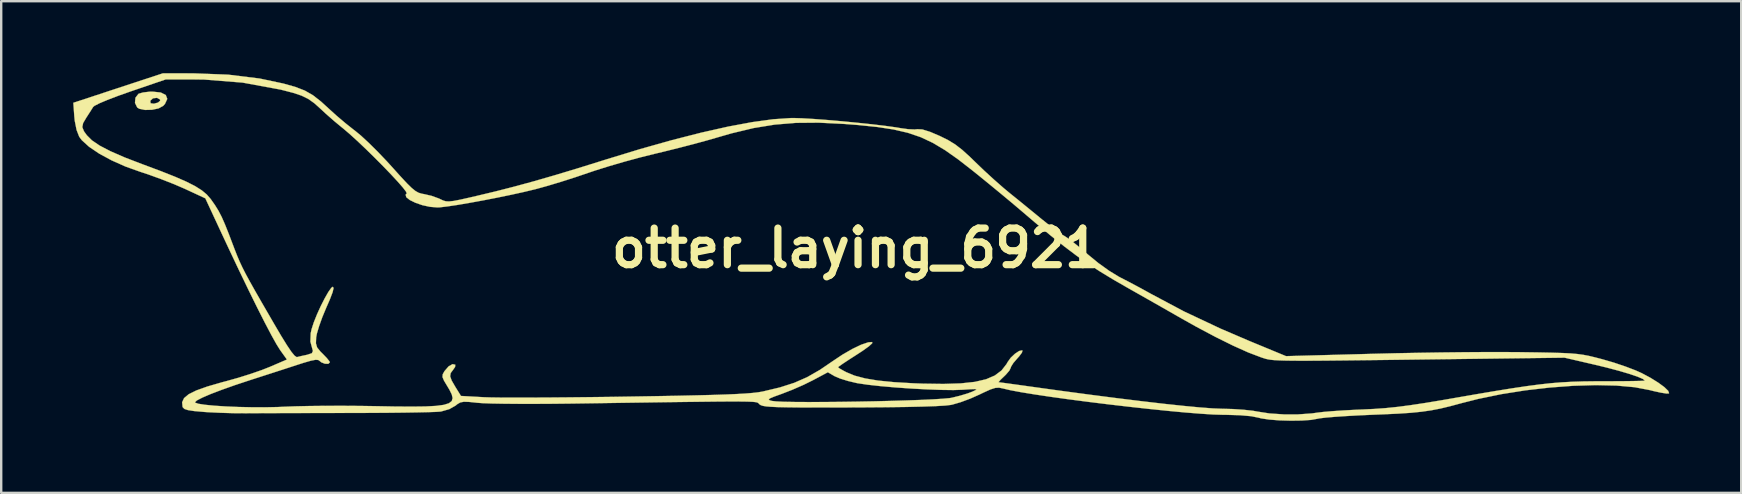
<source format=kicad_pcb>
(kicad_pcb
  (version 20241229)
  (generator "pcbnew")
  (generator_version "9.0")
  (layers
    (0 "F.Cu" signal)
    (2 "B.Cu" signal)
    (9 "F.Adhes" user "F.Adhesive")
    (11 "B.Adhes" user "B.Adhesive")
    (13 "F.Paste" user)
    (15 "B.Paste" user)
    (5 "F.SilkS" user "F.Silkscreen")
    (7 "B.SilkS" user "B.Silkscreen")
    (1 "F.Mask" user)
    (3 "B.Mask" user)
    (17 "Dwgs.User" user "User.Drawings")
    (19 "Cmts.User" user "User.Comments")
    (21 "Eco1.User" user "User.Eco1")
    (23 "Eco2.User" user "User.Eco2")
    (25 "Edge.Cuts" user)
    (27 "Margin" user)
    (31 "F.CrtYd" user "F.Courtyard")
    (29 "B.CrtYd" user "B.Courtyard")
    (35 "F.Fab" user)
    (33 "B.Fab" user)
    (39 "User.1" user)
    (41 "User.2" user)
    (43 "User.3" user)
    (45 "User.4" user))
  (footprint "otter_laying_6921"
    (layer "F.Cu")
    (at 32.621 7.286)
    (property "Reference" "otter_laying_6921" (at 0 0 0) (layer "F.SilkS") (effects (font (size 1.524 1.524) (thickness 0.3))))
    (attr through_hole)
    (fp_poly (pts (xy -28.972 -6.482) (xy -28.764 -6.377) (xy -28.703 -6.216) (xy -28.797 -6.011) (xy -28.871 -5.927) (xy -29.063 -5.821) (xy -29.338 -5.763) (xy -29.629 -5.756) (xy -29.869 -5.805) (xy -29.955 -5.859) (xy -30.048 -6.05) (xy -30.04 -6.138) (xy -29.41 -6.138) (xy -29.396 -6.034) (xy -29.258 -6.016) (xy -29.09 -6.063) (xy -28.999 -6.142) (xy -29.004 -6.19) (xy -29.13 -6.261) (xy -29.297 -6.241) (xy -29.409 -6.14) (xy -29.41 -6.138) (xy -30.04 -6.138) (xy -30.029 -6.265) (xy -29.906 -6.424) (xy -29.893 -6.432) (xy -29.712 -6.484) (xy -29.444 -6.516) (xy -29.317 -6.519) (xy -28.972 -6.482)) (stroke (width 0.01) (type solid)) (fill yes) (layer "F.SilkS"))
    (fp_poly (pts (xy -27.589 -7.28) (xy -26.165 -7.226) (xy -24.855 -7.065) (xy -23.865 -6.855) (xy -23.363 -6.713) (xy -22.972 -6.562) (xy -22.636 -6.37) (xy -22.298 -6.106) (xy -21.995 -5.829) (xy -21.655 -5.521) (xy -21.274 -5.198) (xy -20.926 -4.922) (xy -20.877 -4.886) (xy -20.628 -4.68) (xy -20.302 -4.378) (xy -19.934 -4.013) (xy -19.557 -3.618) (xy -19.352 -3.393) (xy -18.994 -2.996) (xy -18.726 -2.707) (xy -18.524 -2.509) (xy -18.368 -2.382) (xy -18.235 -2.307) (xy -18.102 -2.267) (xy -18.007 -2.25) (xy -17.691 -2.177) (xy -17.387 -2.067) (xy -17.335 -2.042) (xy -17.214 -1.985) (xy -17.101 -1.951) (xy -16.965 -1.944) (xy -16.774 -1.965) (xy -16.497 -2.019) (xy -16.105 -2.107) (xy -15.821 -2.173) (xy -15.025 -2.363) (xy -14.24 -2.564) (xy -13.433 -2.784) (xy -12.57 -3.033) (xy -11.618 -3.32) (xy -10.543 -3.655) (xy -10.435 -3.689) (xy -9.016 -4.122) (xy -7.685 -4.497) (xy -6.455 -4.811) (xy -5.334 -5.063) (xy -4.334 -5.249) (xy -3.464 -5.368) (xy -2.735 -5.417) (xy -2.612 -5.419) (xy -2.259 -5.408) (xy -1.777 -5.38) (xy -1.204 -5.337) (xy -0.58 -5.283) (xy 0.056 -5.221) (xy 0.665 -5.157) (xy 1.21 -5.092) (xy 1.65 -5.031) (xy 1.863 -4.995) (xy 2.166 -4.954) (xy 2.433 -4.943) (xy 2.546 -4.954) (xy 2.752 -4.944) (xy 3.074 -4.844) (xy 3.477 -4.672) (xy 3.826 -4.499) (xy 4.123 -4.317) (xy 4.413 -4.093) (xy 4.742 -3.794) (xy 4.953 -3.589) (xy 5.328 -3.229) (xy 5.743 -2.849) (xy 6.141 -2.5) (xy 6.392 -2.291) (xy 6.783 -1.976) (xy 7.224 -1.616) (xy 7.638 -1.277) (xy 7.747 -1.188) (xy 8.059 -0.938) (xy 8.351 -0.718) (xy 8.579 -0.559) (xy 8.671 -0.505) (xy 8.833 -0.399) (xy 9.084 -0.208) (xy 9.387 0.039) (xy 9.65 0.266) (xy 10.081 0.62) (xy 10.53 0.942) (xy 10.938 1.191) (xy 11.012 1.23) (xy 11.408 1.434) (xy 11.857 1.674) (xy 12.267 1.9) (xy 12.294 1.915) (xy 13.65 2.636) (xy 15.168 3.351) (xy 16.371 3.867) (xy 17.902 4.5) (xy 21.587 4.401) (xy 22.482 4.379) (xy 23.426 4.361) (xy 24.385 4.346) (xy 25.321 4.336) (xy 26.198 4.33) (xy 26.982 4.33) (xy 27.636 4.334) (xy 27.686 4.335) (xy 28.39 4.345) (xy 28.952 4.356) (xy 29.396 4.369) (xy 29.749 4.386) (xy 30.037 4.411) (xy 30.286 4.445) (xy 30.522 4.49) (xy 30.771 4.55) (xy 31.06 4.625) (xy 31.1 4.636) (xy 31.566 4.772) (xy 32.043 4.933) (xy 32.467 5.095) (xy 32.716 5.206) (xy 33.085 5.403) (xy 33.409 5.605) (xy 33.664 5.792) (xy 33.822 5.945) (xy 33.859 6.044) (xy 33.852 6.053) (xy 33.751 6.058) (xy 33.526 6.023) (xy 33.218 5.956) (xy 33.048 5.913) (xy 32.423 5.794) (xy 31.666 5.726) (xy 30.804 5.707) (xy 29.865 5.735) (xy 28.879 5.809) (xy 27.872 5.925) (xy 26.873 6.083) (xy 25.911 6.281) (xy 25.231 6.453) (xy 24.756 6.581) (xy 24.342 6.681) (xy 23.952 6.757) (xy 23.551 6.815) (xy 23.104 6.86) (xy 22.576 6.895) (xy 21.932 6.925) (xy 21.548 6.94) (xy 20.96 6.966) (xy 20.414 6.996) (xy 19.937 7.028) (xy 19.557 7.06) (xy 19.302 7.091) (xy 19.22 7.107) (xy 18.946 7.156) (xy 18.556 7.183) (xy 18.101 7.189) (xy 17.634 7.176) (xy 17.205 7.143) (xy 16.866 7.092) (xy 16.764 7.065) (xy 16.449 7.002) (xy 15.984 6.961) (xy 15.386 6.944) (xy 15.282 6.944) (xy 14.88 6.932) (xy 14.347 6.898) (xy 13.705 6.847) (xy 12.978 6.779) (xy 12.188 6.698) (xy 11.36 6.607) (xy 10.515 6.509) (xy 9.678 6.406) (xy 8.871 6.301) (xy 8.118 6.197) (xy 7.441 6.096) (xy 6.863 6.002) (xy 6.409 5.917) (xy 6.104 5.845) (xy 5.947 5.813) (xy 5.79 5.823) (xy 5.589 5.887) (xy 5.303 6.016) (xy 5.131 6.099) (xy 4.747 6.27) (xy 4.345 6.419) (xy 4 6.519) (xy 3.937 6.532) (xy 3.704 6.559) (xy 3.31 6.582) (xy 2.764 6.601) (xy 2.073 6.617) (xy 1.245 6.628) (xy 0.289 6.635) (xy -0.224 6.637) (xy -1.113 6.639) (xy -1.849 6.639) (xy -2.446 6.637) (xy -2.92 6.631) (xy -3.285 6.623) (xy -3.558 6.61) (xy -3.753 6.594) (xy -3.886 6.572) (xy -3.972 6.545) (xy -4.027 6.512) (xy -4.034 6.506) (xy -4.057 6.482) (xy -4.076 6.46) (xy -4.102 6.442) (xy -4.144 6.426) (xy -4.213 6.413) (xy -4.32 6.403) (xy -4.474 6.396) (xy -4.686 6.391) (xy -4.967 6.389) (xy -5.326 6.389) (xy -5.775 6.392) (xy -6.323 6.398) (xy -6.982 6.406) (xy -7.76 6.416) (xy -8.67 6.429) (xy -9.72 6.444) (xy -10.921 6.462) (xy -11.896 6.476) (xy -12.661 6.484) (xy -13.396 6.488) (xy -14.078 6.487) (xy -14.682 6.482) (xy -15.185 6.473) (xy -15.565 6.459) (xy -15.787 6.443) (xy -16.127 6.407) (xy -16.347 6.4) (xy -16.494 6.428) (xy -16.614 6.496) (xy -16.694 6.561) (xy -16.954 6.708) (xy -17.288 6.803) (xy -17.332 6.81) (xy -17.505 6.822) (xy -17.827 6.833) (xy -18.277 6.843) (xy -18.833 6.852) (xy -19.475 6.859) (xy -20.182 6.864) (xy -20.932 6.867) (xy -21.124 6.867) (xy -21.91 6.868) (xy -22.679 6.87) (xy -23.409 6.871) (xy -24.072 6.873) (xy -24.644 6.875) (xy -25.1 6.877) (xy -25.415 6.879) (xy -25.442 6.879) (xy -25.942 6.876) (xy -26.491 6.86) (xy -27.001 6.836) (xy -27.196 6.822) (xy -27.588 6.787) (xy -27.841 6.748) (xy -27.987 6.7) (xy -28.055 6.634) (xy -28.066 6.608) (xy -28.084 6.419) (xy -28.003 6.248) (xy -27.81 6.087) (xy -27.492 5.929) (xy -27.035 5.766) (xy -26.427 5.59) (xy -26.233 5.539) (xy -25.742 5.401) (xy -25.229 5.24) (xy -24.759 5.077) (xy -24.439 4.951) (xy -23.718 4.641) (xy -24.001 4.247) (xy -24.153 4.004) (xy -24.368 3.619) (xy -24.639 3.104) (xy -24.959 2.472) (xy -25.322 1.735) (xy -25.722 0.906) (xy -26.152 -0.003) (xy -26.408 -0.55) (xy -27.117 -2.074) (xy -27.973 -2.471) (xy -28.428 -2.667) (xy -28.967 -2.878) (xy -29.508 -3.074) (xy -29.825 -3.178) (xy -30.442 -3.398) (xy -31.023 -3.657) (xy -31.54 -3.937) (xy -31.963 -4.223) (xy -32.265 -4.498) (xy -32.372 -4.642) (xy -32.482 -4.925) (xy -32.504 -5.039) (xy -32.243 -5.039) (xy -32.172 -4.866) (xy -32.054 -4.702) (xy -31.842 -4.49) (xy -31.518 -4.27) (xy -31.068 -4.036) (xy -30.48 -3.779) (xy -29.74 -3.495) (xy -29.702 -3.481) (xy -28.966 -3.206) (xy -28.373 -2.971) (xy -27.905 -2.766) (xy -27.542 -2.582) (xy -27.267 -2.408) (xy -27.059 -2.235) (xy -26.9 -2.053) (xy -26.89 -2.04) (xy -26.714 -1.789) (xy -26.568 -1.553) (xy -26.434 -1.295) (xy -26.295 -0.978) (xy -26.13 -0.564) (xy -25.994 -0.204) (xy -25.884 0.085) (xy -25.785 0.335) (xy -25.685 0.568) (xy -25.573 0.807) (xy -25.437 1.074) (xy -25.265 1.39) (xy -25.047 1.778) (xy -24.771 2.26) (xy -24.425 2.857) (xy -24.277 3.113) (xy -23.963 3.647) (xy -23.718 4.044) (xy -23.535 4.316) (xy -23.404 4.476) (xy -23.316 4.538) (xy -23.292 4.538) (xy -23.116 4.495) (xy -22.879 4.444) (xy -22.875 4.443) (xy -22.681 4.379) (xy -22.635 4.286) (xy -22.643 4.26) (xy -22.741 3.895) (xy -22.728 3.546) (xy -22.691 3.377) (xy -22.599 3.092) (xy -22.465 2.759) (xy -22.307 2.412) (xy -22.143 2.089) (xy -21.991 1.824) (xy -21.869 1.653) (xy -21.806 1.609) (xy -21.775 1.664) (xy -21.815 1.836) (xy -21.93 2.138) (xy -22.077 2.474) (xy -22.241 2.868) (xy -22.378 3.249) (xy -22.471 3.564) (xy -22.501 3.723) (xy -22.51 3.968) (xy -22.46 4.139) (xy -22.322 4.31) (xy -22.232 4.398) (xy -22.057 4.579) (xy -21.947 4.717) (xy -21.929 4.758) (xy -21.993 4.82) (xy -22.137 4.816) (xy -22.289 4.756) (xy -22.346 4.707) (xy -22.413 4.66) (xy -22.526 4.652) (xy -22.717 4.689) (xy -23.015 4.775) (xy -23.309 4.869) (xy -23.743 5.011) (xy -24.269 5.181) (xy -24.818 5.358) (xy -25.273 5.505) (xy -25.895 5.711) (xy -26.441 5.905) (xy -26.897 6.079) (xy -27.244 6.228) (xy -27.467 6.344) (xy -27.55 6.42) (xy -27.544 6.435) (xy -27.41 6.483) (xy -27.135 6.526) (xy -26.746 6.564) (xy -26.274 6.595) (xy -25.745 6.617) (xy -25.188 6.629) (xy -24.632 6.631) (xy -24.104 6.62) (xy -23.834 6.608) (xy -23.367 6.59) (xy -22.772 6.577) (xy -22.091 6.57) (xy -21.363 6.569) (xy -20.632 6.574) (xy -20.108 6.582) (xy -19.234 6.598) (xy -18.516 6.603) (xy -17.943 6.596) (xy -17.503 6.572) (xy -17.182 6.529) (xy -16.969 6.462) (xy -16.851 6.37) (xy -16.832 6.305) (xy -3.651 6.305) (xy -3.606 6.34) (xy -3.514 6.366) (xy -3.337 6.386) (xy -3.013 6.401) (xy -2.567 6.409) (xy -2.02 6.412) (xy -1.397 6.411) (xy -0.719 6.405) (xy -0.01 6.395) (xy 0.707 6.382) (xy 1.409 6.365) (xy 2.074 6.345) (xy 2.677 6.324) (xy 3.196 6.3) (xy 3.609 6.274) (xy 3.891 6.248) (xy 3.979 6.233) (xy 4.32 6.149) (xy 4.639 6.053) (xy 4.826 5.983) (xy 4.964 5.919) (xy 5.007 5.883) (xy 4.937 5.872) (xy 4.733 5.88) (xy 4.435 5.9) (xy 4.044 5.913) (xy 3.526 5.906) (xy 2.923 5.884) (xy 2.275 5.849) (xy 1.623 5.803) (xy 1.009 5.749) (xy 0.474 5.69) (xy 0.059 5.629) (xy 0 5.617) (xy -0.352 5.533) (xy -0.676 5.432) (xy -0.903 5.335) (xy -0.91 5.331) (xy -1.184 5.171) (xy -1.799 5.499) (xy -2.2 5.697) (xy -2.664 5.9) (xy -3.089 6.065) (xy -3.09 6.066) (xy -3.412 6.182) (xy -3.593 6.257) (xy -3.651 6.305) (xy -16.832 6.305) (xy -16.816 6.248) (xy -16.852 6.094) (xy -16.946 5.904) (xy -17.029 5.765) (xy -17.174 5.523) (xy -17.238 5.372) (xy -17.229 5.258) (xy -17.159 5.131) (xy -17.151 5.12) (xy -16.984 4.927) (xy -16.819 4.833) (xy -16.704 4.857) (xy -16.714 4.951) (xy -16.793 5.065) (xy -16.896 5.204) (xy -16.919 5.339) (xy -16.855 5.517) (xy -16.701 5.783) (xy -16.468 6.158) (xy -15.494 6.212) (xy -15.228 6.22) (xy -14.812 6.226) (xy -14.265 6.228) (xy -13.604 6.227) (xy -12.85 6.224) (xy -12.021 6.217) (xy -11.135 6.208) (xy -10.212 6.197) (xy -9.525 6.186) (xy -8.421 6.168) (xy -7.472 6.151) (xy -6.667 6.133) (xy -5.991 6.116) (xy -5.432 6.098) (xy -4.975 6.078) (xy -4.609 6.057) (xy -4.319 6.033) (xy -4.092 6.007) (xy -3.916 5.977) (xy -3.895 5.973) (xy -3.181 5.803) (xy -2.583 5.611) (xy -2.045 5.375) (xy -1.513 5.07) (xy -0.998 4.719) (xy -0.575 4.437) (xy -0.164 4.2) (xy 0.203 4.024) (xy 0.496 3.925) (xy 0.662 3.912) (xy 0.662 3.965) (xy 0.524 4.091) (xy 0.261 4.28) (xy 0.021 4.436) (xy -0.295 4.639) (xy -0.55 4.807) (xy -0.714 4.922) (xy -0.762 4.962) (xy -0.694 5.015) (xy -0.522 5.113) (xy -0.415 5.169) (xy -0.067 5.313) (xy 0.369 5.428) (xy 0.909 5.518) (xy 1.574 5.584) (xy 2.381 5.631) (xy 2.757 5.645) (xy 3.629 5.658) (xy 4.351 5.635) (xy 4.938 5.572) (xy 5.407 5.463) (xy 5.772 5.306) (xy 6.051 5.096) (xy 6.258 4.83) (xy 6.306 4.744) (xy 6.435 4.565) (xy 6.609 4.401) (xy 6.781 4.287) (xy 6.905 4.259) (xy 6.923 4.27) (xy 6.9 4.354) (xy 6.784 4.51) (xy 6.704 4.598) (xy 6.541 4.788) (xy 6.446 4.942) (xy 6.435 4.983) (xy 6.377 5.102) (xy 6.231 5.272) (xy 6.162 5.339) (xy 6.007 5.488) (xy 5.931 5.577) (xy 5.931 5.588) (xy 6.026 5.599) (xy 6.257 5.63) (xy 6.594 5.676) (xy 7.006 5.733) (xy 7.182 5.758) (xy 8.48 5.938) (xy 9.704 6.102) (xy 10.844 6.249) (xy 11.886 6.377) (xy 12.819 6.486) (xy 13.632 6.572) (xy 14.314 6.637) (xy 14.851 6.677) (xy 15.233 6.692) (xy 15.24 6.692) (xy 15.692 6.704) (xy 16.14 6.734) (xy 16.524 6.776) (xy 16.722 6.811) (xy 17.212 6.887) (xy 17.799 6.926) (xy 18.411 6.926) (xy 18.979 6.886) (xy 19.177 6.858) (xy 19.44 6.826) (xy 19.828 6.793) (xy 20.3 6.761) (xy 20.812 6.734) (xy 21.082 6.723) (xy 21.584 6.699) (xy 22.064 6.664) (xy 22.557 6.613) (xy 23.096 6.542) (xy 23.718 6.448) (xy 24.457 6.325) (xy 24.807 6.264) (xy 25.78 6.095) (xy 26.609 5.955) (xy 27.317 5.841) (xy 27.927 5.75) (xy 28.461 5.68) (xy 28.942 5.627) (xy 29.392 5.591) (xy 29.836 5.567) (xy 30.294 5.553) (xy 30.79 5.547) (xy 31.094 5.547) (xy 31.618 5.545) (xy 32.081 5.542) (xy 32.456 5.536) (xy 32.718 5.53) (xy 32.843 5.522) (xy 32.851 5.52) (xy 32.772 5.453) (xy 32.551 5.357) (xy 32.211 5.241) (xy 31.774 5.112) (xy 31.266 4.977) (xy 30.811 4.867) (xy 29.506 4.564) (xy 24.342 4.629) (xy 23.094 4.645) (xy 22.005 4.659) (xy 21.062 4.67) (xy 20.254 4.679) (xy 19.569 4.686) (xy 18.996 4.69) (xy 18.523 4.691) (xy 18.139 4.689) (xy 17.832 4.684) (xy 17.591 4.676) (xy 17.404 4.665) (xy 17.261 4.651) (xy 17.148 4.632) (xy 17.055 4.611) (xy 16.971 4.585) (xy 16.883 4.556) (xy 16.849 4.544) (xy 16.328 4.346) (xy 15.691 4.06) (xy 14.962 3.699) (xy 14.162 3.274) (xy 13.547 2.929) (xy 13.03 2.634) (xy 12.464 2.311) (xy 11.909 1.996) (xy 11.423 1.721) (xy 11.303 1.653) (xy 10.7 1.306) (xy 10.161 0.979) (xy 9.658 0.653) (xy 9.165 0.307) (xy 8.654 -0.079) (xy 8.098 -0.523) (xy 7.469 -1.047) (xy 6.845 -1.579) (xy 6.486 -1.883) (xy 6.04 -2.254) (xy 5.554 -2.654) (xy 5.074 -3.045) (xy 4.855 -3.221) (xy 4.248 -3.693) (xy 3.704 -4.077) (xy 3.194 -4.382) (xy 2.687 -4.621) (xy 2.152 -4.803) (xy 1.558 -4.941) (xy 0.876 -5.046) (xy 0.075 -5.128) (xy -0.508 -5.173) (xy -1.564 -5.226) (xy -2.51 -5.218) (xy -3.397 -5.145) (xy -4.276 -5.002) (xy -5.199 -4.781) (xy -5.821 -4.602) (xy -6.245 -4.48) (xy -6.782 -4.334) (xy -7.38 -4.179) (xy -7.987 -4.028) (xy -8.382 -3.933) (xy -8.991 -3.782) (xy -9.651 -3.603) (xy -10.302 -3.413) (xy -10.884 -3.231) (xy -11.171 -3.134) (xy -11.707 -2.952) (xy -12.293 -2.765) (xy -12.861 -2.594) (xy -13.346 -2.46) (xy -13.398 -2.447) (xy -13.857 -2.337) (xy -14.389 -2.22) (xy -14.962 -2.102) (xy -15.546 -1.988) (xy -16.107 -1.886) (xy -16.615 -1.799) (xy -17.038 -1.736) (xy -17.343 -1.7) (xy -17.447 -1.695) (xy -17.759 -1.72) (xy -18.076 -1.789) (xy -18.366 -1.889) (xy -18.6 -2.004) (xy -18.747 -2.122) (xy -18.774 -2.228) (xy -18.728 -2.275) (xy -18.755 -2.35) (xy -18.885 -2.521) (xy -19.101 -2.768) (xy -19.383 -3.072) (xy -19.711 -3.413) (xy -20.067 -3.771) (xy -20.431 -4.128) (xy -20.784 -4.463) (xy -21.107 -4.756) (xy -21.38 -4.989) (xy -21.421 -5.021) (xy -21.746 -5.29) (xy -22.096 -5.597) (xy -22.31 -5.796) (xy -22.575 -6.035) (xy -22.824 -6.212) (xy -23.104 -6.35) (xy -23.457 -6.468) (xy -23.928 -6.59) (xy -23.984 -6.604) (xy -25.567 -6.895) (xy -27.156 -7.021) (xy -27.592 -7.027) (xy -28.77 -7.027) (xy -30.239 -6.525) (xy -30.765 -6.339) (xy -31.204 -6.171) (xy -31.536 -6.03) (xy -31.739 -5.925) (xy -31.792 -5.879) (xy -31.893 -5.717) (xy -32.036 -5.495) (xy -32.068 -5.447) (xy -32.208 -5.21) (xy -32.243 -5.039) (xy -32.504 -5.039) (xy -32.558 -5.308) (xy -32.576 -5.489) (xy -32.616 -6.054) (xy -30.752 -6.668) (xy -28.888 -7.281) (xy -27.589 -7.28)) (stroke (width 0.01) (type solid)) (fill yes) (layer "F.SilkS")))
  (gr_rect
    (start -3 -3)
    (end 69.485 17.481)
    (stroke (width 0.1) (type default))
    (fill no)
    (layer "Edge.Cuts")))
</source>
